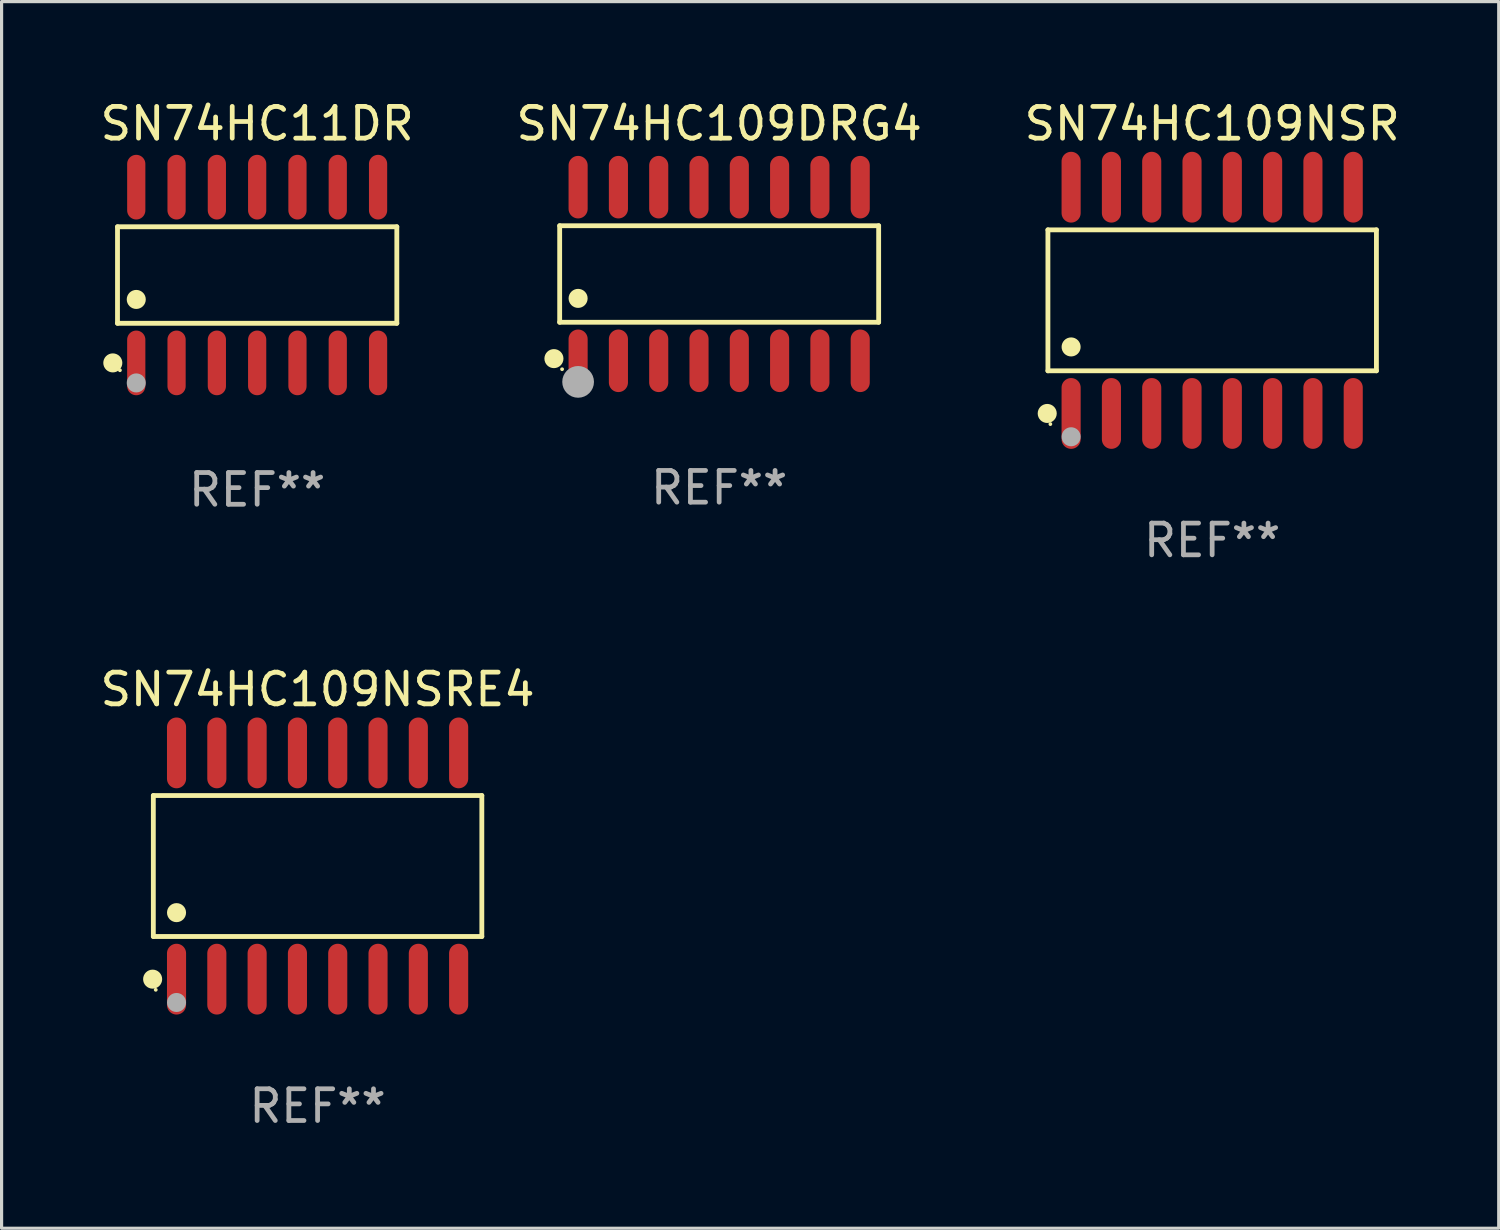
<source format=kicad_pcb>
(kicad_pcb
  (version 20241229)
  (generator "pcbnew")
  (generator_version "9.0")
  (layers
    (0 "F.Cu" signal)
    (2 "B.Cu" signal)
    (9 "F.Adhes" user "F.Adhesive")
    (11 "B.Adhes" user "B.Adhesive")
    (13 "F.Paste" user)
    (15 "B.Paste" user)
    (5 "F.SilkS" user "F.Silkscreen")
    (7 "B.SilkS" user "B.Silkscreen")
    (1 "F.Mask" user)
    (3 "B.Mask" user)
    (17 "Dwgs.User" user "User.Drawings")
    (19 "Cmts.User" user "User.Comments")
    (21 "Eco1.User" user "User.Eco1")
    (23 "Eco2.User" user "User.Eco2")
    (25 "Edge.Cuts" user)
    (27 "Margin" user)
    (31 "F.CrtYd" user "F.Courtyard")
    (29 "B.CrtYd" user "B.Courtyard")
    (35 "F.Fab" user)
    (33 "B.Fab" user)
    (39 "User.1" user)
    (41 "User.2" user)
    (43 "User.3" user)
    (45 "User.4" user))
  (footprint "SN74HC11DR"
    (layer "F.Cu")
    (at 5.054 5.617)
    (property "Reference" "SN74HC11DR" (at 0 -4.769 0) (layer "F.SilkS") (effects (font (size 1 1) (thickness 0.15))))
    (attr through_hole)
    (fp_line (start -4.401 -1.521) (end 4.401 -1.521) (stroke (width 0.152) (type solid)) (layer "F.SilkS"))
    (fp_line (start -4.401 1.521) (end -4.401 -1.521) (stroke (width 0.152) (type solid)) (layer "F.SilkS"))
    (fp_line (start 4.401 -1.521) (end 4.401 1.521) (stroke (width 0.152) (type solid)) (layer "F.SilkS"))
    (fp_line (start 4.401 1.521) (end -4.401 1.521) (stroke (width 0.152) (type solid)) (layer "F.SilkS"))
    (fp_circle (center -4.549 2.769) (end -4.399 2.769) (stroke (width 0.3) (type solid)) (fill no) (layer "F.SilkS"))
    (fp_circle (center -4.325 3) (end -4.295 3) (stroke (width 0.06) (type solid)) (fill no) (layer "F.SilkS"))
    (fp_circle (center -3.81 0.769) (end -3.66 0.769) (stroke (width 0.3) (type solid)) (fill no) (layer "F.SilkS"))
    (fp_circle (center -3.81 3.4) (end -3.66 3.4) (stroke (width 0.3) (type solid)) (fill no) (layer "F.Fab"))
    (fp_text user "REF**" (at 0 6.769 0) (layer "F.Fab") (effects (font (size 1 1) (thickness 0.15))))
    (pad "1" smd oval (at -3.81 2.769) (size 0.574 2.038) (layers "F.Cu" "F.Mask" "F.Paste"))
    (pad "2" smd oval (at -2.54 2.769) (size 0.574 2.038) (layers "F.Cu" "F.Mask" "F.Paste"))
    (pad "3" smd oval (at -1.27 2.769) (size 0.574 2.038) (layers "F.Cu" "F.Mask" "F.Paste"))
    (pad "4" smd oval (at 0 2.769) (size 0.574 2.038) (layers "F.Cu" "F.Mask" "F.Paste"))
    (pad "5" smd oval (at 1.27 2.769) (size 0.574 2.038) (layers "F.Cu" "F.Mask" "F.Paste"))
    (pad "6" smd oval (at 2.54 2.769) (size 0.574 2.038) (layers "F.Cu" "F.Mask" "F.Paste"))
    (pad "7" smd oval (at 3.81 2.769) (size 0.574 2.038) (layers "F.Cu" "F.Mask" "F.Paste"))
    (pad "8" smd oval (at 3.81 -2.769) (size 0.574 2.038) (layers "F.Cu" "F.Mask" "F.Paste"))
    (pad "9" smd oval (at 2.54 -2.769) (size 0.574 2.038) (layers "F.Cu" "F.Mask" "F.Paste"))
    (pad "10" smd oval (at 1.27 -2.769) (size 0.574 2.038) (layers "F.Cu" "F.Mask" "F.Paste"))
    (pad "11" smd oval (at 0 -2.769) (size 0.574 2.038) (layers "F.Cu" "F.Mask" "F.Paste"))
    (pad "12" smd oval (at -1.27 -2.769) (size 0.574 2.038) (layers "F.Cu" "F.Mask" "F.Paste"))
    (pad "13" smd oval (at -2.54 -2.769) (size 0.574 2.038) (layers "F.Cu" "F.Mask" "F.Paste"))
    (pad "14" smd oval (at -3.81 -2.769) (size 0.574 2.038) (layers "F.Cu" "F.Mask" "F.Paste")))
  (footprint "SN74HC109NSRE4"
    (layer "F.Cu")
    (at 6.958 24.241)
    (property "Reference" "SN74HC109NSRE4" (at 0 -5.565 0) (layer "F.SilkS") (effects (font (size 1 1) (thickness 0.15))))
    (attr through_hole)
    (fp_line (start -5.176 -2.221) (end 5.176 -2.221) (stroke (width 0.152) (type solid)) (layer "F.SilkS"))
    (fp_line (start -5.176 2.221) (end -5.176 -2.221) (stroke (width 0.152) (type solid)) (layer "F.SilkS"))
    (fp_line (start 5.176 -2.221) (end 5.176 2.221) (stroke (width 0.152) (type solid)) (layer "F.SilkS"))
    (fp_line (start 5.176 2.221) (end -5.176 2.221) (stroke (width 0.152) (type solid)) (layer "F.SilkS"))
    (fp_circle (center -5.198 3.565) (end -5.048 3.565) (stroke (width 0.3) (type solid)) (fill no) (layer "F.SilkS"))
    (fp_circle (center -5.1 3.9) (end -5.07 3.9) (stroke (width 0.06) (type solid)) (fill no) (layer "F.SilkS"))
    (fp_circle (center -4.445 1.469) (end -4.295 1.469) (stroke (width 0.3) (type solid)) (fill no) (layer "F.SilkS"))
    (fp_circle (center -4.445 4.3) (end -4.295 4.3) (stroke (width 0.3) (type solid)) (fill no) (layer "F.Fab"))
    (fp_text user "REF**" (at 0 7.565 0) (layer "F.Fab") (effects (font (size 1 1) (thickness 0.15))))
    (pad "1" smd oval (at -4.445 3.565) (size 0.602 2.231) (layers "F.Cu" "F.Mask" "F.Paste"))
    (pad "2" smd oval (at -3.175 3.565) (size 0.602 2.231) (layers "F.Cu" "F.Mask" "F.Paste"))
    (pad "3" smd oval (at -1.905 3.565) (size 0.602 2.231) (layers "F.Cu" "F.Mask" "F.Paste"))
    (pad "4" smd oval (at -0.635 3.565) (size 0.602 2.231) (layers "F.Cu" "F.Mask" "F.Paste"))
    (pad "5" smd oval (at 0.635 3.565) (size 0.602 2.231) (layers "F.Cu" "F.Mask" "F.Paste"))
    (pad "6" smd oval (at 1.905 3.565) (size 0.602 2.231) (layers "F.Cu" "F.Mask" "F.Paste"))
    (pad "7" smd oval (at 3.175 3.565) (size 0.602 2.231) (layers "F.Cu" "F.Mask" "F.Paste"))
    (pad "8" smd oval (at 4.445 3.565) (size 0.602 2.231) (layers "F.Cu" "F.Mask" "F.Paste"))
    (pad "9" smd oval (at 4.445 -3.565) (size 0.602 2.231) (layers "F.Cu" "F.Mask" "F.Paste"))
    (pad "10" smd oval (at 3.175 -3.565) (size 0.602 2.231) (layers "F.Cu" "F.Mask" "F.Paste"))
    (pad "11" smd oval (at 1.905 -3.565) (size 0.602 2.231) (layers "F.Cu" "F.Mask" "F.Paste"))
    (pad "12" smd oval (at 0.635 -3.565) (size 0.602 2.231) (layers "F.Cu" "F.Mask" "F.Paste"))
    (pad "13" smd oval (at -0.635 -3.565) (size 0.602 2.231) (layers "F.Cu" "F.Mask" "F.Paste"))
    (pad "14" smd oval (at -1.905 -3.565) (size 0.602 2.231) (layers "F.Cu" "F.Mask" "F.Paste"))
    (pad "15" smd oval (at -3.175 -3.565) (size 0.602 2.231) (layers "F.Cu" "F.Mask" "F.Paste"))
    (pad "16" smd oval (at -4.445 -3.565) (size 0.602 2.231) (layers "F.Cu" "F.Mask" "F.Paste")))
  (footprint "SN74HC109DRG4"
    (layer "F.Cu")
    (at 19.613 5.584)
    (property "Reference" "SN74HC109DRG4" (at 0 -4.736 0) (layer "F.SilkS") (effects (font (size 1 1) (thickness 0.15))))
    (attr through_hole)
    (fp_line (start -5.026 -1.521) (end 5.026 -1.521) (stroke (width 0.152) (type solid)) (layer "F.SilkS"))
    (fp_line (start -5.026 1.521) (end -5.026 -1.521) (stroke (width 0.152) (type solid)) (layer "F.SilkS"))
    (fp_line (start 5.026 -1.521) (end 5.026 1.521) (stroke (width 0.152) (type solid)) (layer "F.SilkS"))
    (fp_line (start 5.026 1.521) (end -5.026 1.521) (stroke (width 0.152) (type solid)) (layer "F.SilkS"))
    (fp_circle (center -5.207 2.667) (end -5.057 2.667) (stroke (width 0.3) (type solid)) (fill no) (layer "F.SilkS"))
    (fp_circle (center -4.95 3) (end -4.92 3) (stroke (width 0.06) (type solid)) (fill no) (layer "F.SilkS"))
    (fp_circle (center -4.445 0.769) (end -4.295 0.769) (stroke (width 0.3) (type solid)) (fill no) (layer "F.SilkS"))
    (fp_circle (center -4.445 3.4) (end -4.195 3.4) (stroke (width 0.5) (type solid)) (fill no) (layer "F.Fab"))
    (fp_text user "REF**" (at 0 6.736 0) (layer "F.Fab") (effects (font (size 1 1) (thickness 0.15))))
    (pad "1" smd oval (at -4.445 2.736) (size 0.602 1.971) (layers "F.Cu" "F.Mask" "F.Paste"))
    (pad "2" smd oval (at -3.175 2.736) (size 0.602 1.971) (layers "F.Cu" "F.Mask" "F.Paste"))
    (pad "3" smd oval (at -1.905 2.736) (size 0.602 1.971) (layers "F.Cu" "F.Mask" "F.Paste"))
    (pad "4" smd oval (at -0.635 2.736) (size 0.602 1.971) (layers "F.Cu" "F.Mask" "F.Paste"))
    (pad "5" smd oval (at 0.635 2.736) (size 0.602 1.971) (layers "F.Cu" "F.Mask" "F.Paste"))
    (pad "6" smd oval (at 1.905 2.736) (size 0.602 1.971) (layers "F.Cu" "F.Mask" "F.Paste"))
    (pad "7" smd oval (at 3.175 2.736) (size 0.602 1.971) (layers "F.Cu" "F.Mask" "F.Paste"))
    (pad "8" smd oval (at 4.445 2.736) (size 0.602 1.971) (layers "F.Cu" "F.Mask" "F.Paste"))
    (pad "9" smd oval (at 4.445 -2.736) (size 0.602 1.971) (layers "F.Cu" "F.Mask" "F.Paste"))
    (pad "10" smd oval (at 3.175 -2.736) (size 0.602 1.971) (layers "F.Cu" "F.Mask" "F.Paste"))
    (pad "11" smd oval (at 1.905 -2.736) (size 0.602 1.971) (layers "F.Cu" "F.Mask" "F.Paste"))
    (pad "12" smd oval (at 0.635 -2.736) (size 0.602 1.971) (layers "F.Cu" "F.Mask" "F.Paste"))
    (pad "13" smd oval (at -0.635 -2.736) (size 0.602 1.971) (layers "F.Cu" "F.Mask" "F.Paste"))
    (pad "14" smd oval (at -1.905 -2.736) (size 0.602 1.971) (layers "F.Cu" "F.Mask" "F.Paste"))
    (pad "15" smd oval (at -3.175 -2.736) (size 0.602 1.971) (layers "F.Cu" "F.Mask" "F.Paste"))
    (pad "16" smd oval (at -4.445 -2.736) (size 0.602 1.971) (layers "F.Cu" "F.Mask" "F.Paste")))
  (footprint "SN74HC109NSR"
    (layer "F.Cu")
    (at 35.149 6.414)
    (property "Reference" "SN74HC109NSR" (at 0 -5.565 0) (layer "F.SilkS") (effects (font (size 1 1) (thickness 0.15))))
    (attr through_hole)
    (fp_line (start -5.176 -2.221) (end 5.176 -2.221) (stroke (width 0.152) (type solid)) (layer "F.SilkS"))
    (fp_line (start -5.176 2.221) (end -5.176 -2.221) (stroke (width 0.152) (type solid)) (layer "F.SilkS"))
    (fp_line (start 5.176 -2.221) (end 5.176 2.221) (stroke (width 0.152) (type solid)) (layer "F.SilkS"))
    (fp_line (start 5.176 2.221) (end -5.176 2.221) (stroke (width 0.152) (type solid)) (layer "F.SilkS"))
    (fp_circle (center -5.198 3.565) (end -5.048 3.565) (stroke (width 0.3) (type solid)) (fill no) (layer "F.SilkS"))
    (fp_circle (center -5.1 3.9) (end -5.07 3.9) (stroke (width 0.06) (type solid)) (fill no) (layer "F.SilkS"))
    (fp_circle (center -4.445 1.469) (end -4.295 1.469) (stroke (width 0.3) (type solid)) (fill no) (layer "F.SilkS"))
    (fp_circle (center -4.445 4.3) (end -4.295 4.3) (stroke (width 0.3) (type solid)) (fill no) (layer "F.Fab"))
    (fp_text user "REF**" (at 0 7.565 0) (layer "F.Fab") (effects (font (size 1 1) (thickness 0.15))))
    (pad "1" smd oval (at -4.445 3.565) (size 0.602 2.231) (layers "F.Cu" "F.Mask" "F.Paste"))
    (pad "2" smd oval (at -3.175 3.565) (size 0.602 2.231) (layers "F.Cu" "F.Mask" "F.Paste"))
    (pad "3" smd oval (at -1.905 3.565) (size 0.602 2.231) (layers "F.Cu" "F.Mask" "F.Paste"))
    (pad "4" smd oval (at -0.635 3.565) (size 0.602 2.231) (layers "F.Cu" "F.Mask" "F.Paste"))
    (pad "5" smd oval (at 0.635 3.565) (size 0.602 2.231) (layers "F.Cu" "F.Mask" "F.Paste"))
    (pad "6" smd oval (at 1.905 3.565) (size 0.602 2.231) (layers "F.Cu" "F.Mask" "F.Paste"))
    (pad "7" smd oval (at 3.175 3.565) (size 0.602 2.231) (layers "F.Cu" "F.Mask" "F.Paste"))
    (pad "8" smd oval (at 4.445 3.565) (size 0.602 2.231) (layers "F.Cu" "F.Mask" "F.Paste"))
    (pad "9" smd oval (at 4.445 -3.565) (size 0.602 2.231) (layers "F.Cu" "F.Mask" "F.Paste"))
    (pad "10" smd oval (at 3.175 -3.565) (size 0.602 2.231) (layers "F.Cu" "F.Mask" "F.Paste"))
    (pad "11" smd oval (at 1.905 -3.565) (size 0.602 2.231) (layers "F.Cu" "F.Mask" "F.Paste"))
    (pad "12" smd oval (at 0.635 -3.565) (size 0.602 2.231) (layers "F.Cu" "F.Mask" "F.Paste"))
    (pad "13" smd oval (at -0.635 -3.565) (size 0.602 2.231) (layers "F.Cu" "F.Mask" "F.Paste"))
    (pad "14" smd oval (at -1.905 -3.565) (size 0.602 2.231) (layers "F.Cu" "F.Mask" "F.Paste"))
    (pad "15" smd oval (at -3.175 -3.565) (size 0.602 2.231) (layers "F.Cu" "F.Mask" "F.Paste"))
    (pad "16" smd oval (at -4.445 -3.565) (size 0.602 2.231) (layers "F.Cu" "F.Mask" "F.Paste")))
  (gr_rect
    (start -3 -3)
    (end 44.179 35.655)
    (stroke (width 0.1) (type default))
    (fill no)
    (layer "Edge.Cuts")))
</source>
